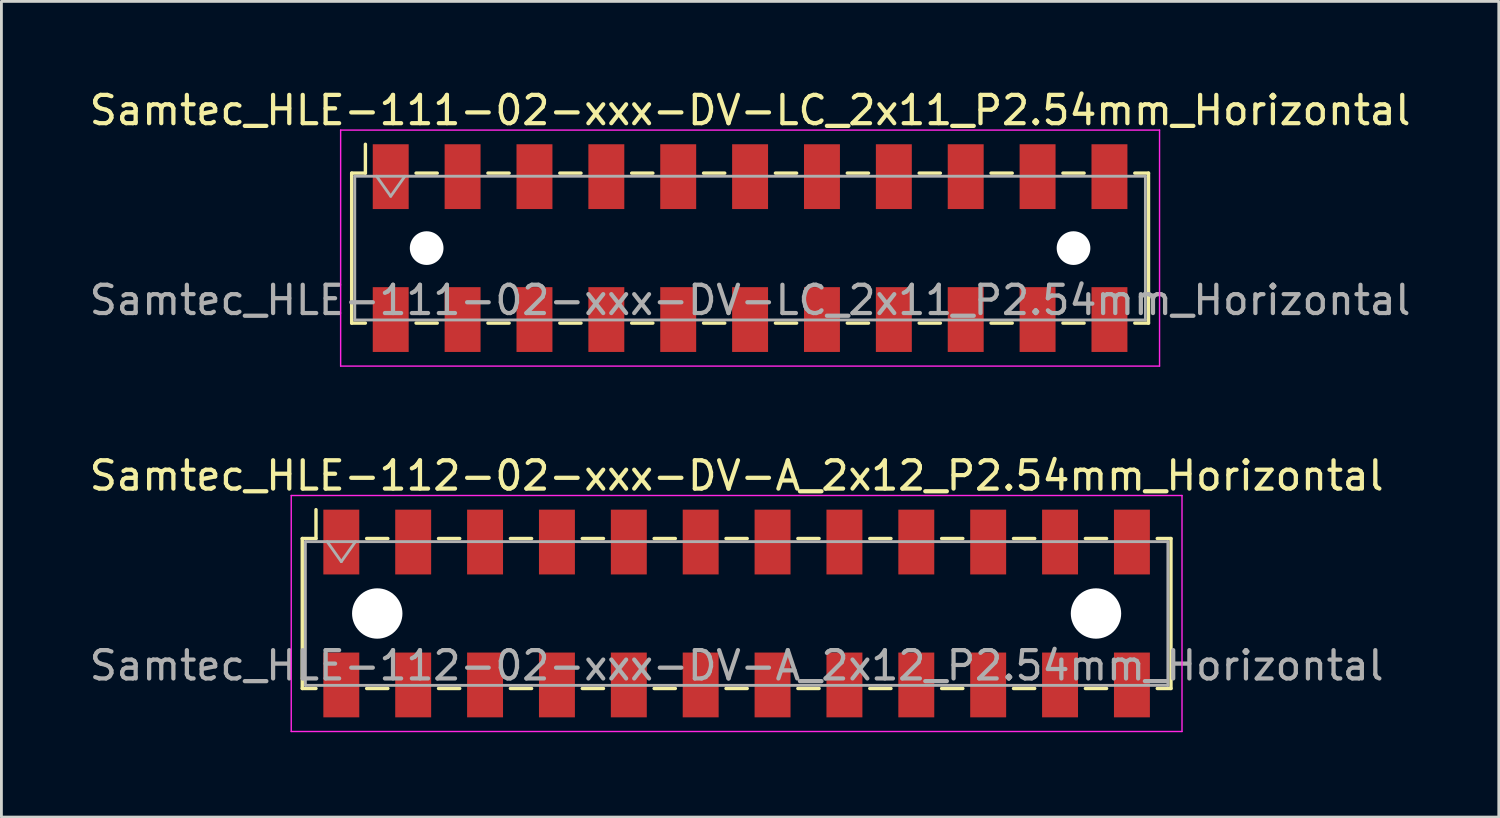
<source format=kicad_pcb>
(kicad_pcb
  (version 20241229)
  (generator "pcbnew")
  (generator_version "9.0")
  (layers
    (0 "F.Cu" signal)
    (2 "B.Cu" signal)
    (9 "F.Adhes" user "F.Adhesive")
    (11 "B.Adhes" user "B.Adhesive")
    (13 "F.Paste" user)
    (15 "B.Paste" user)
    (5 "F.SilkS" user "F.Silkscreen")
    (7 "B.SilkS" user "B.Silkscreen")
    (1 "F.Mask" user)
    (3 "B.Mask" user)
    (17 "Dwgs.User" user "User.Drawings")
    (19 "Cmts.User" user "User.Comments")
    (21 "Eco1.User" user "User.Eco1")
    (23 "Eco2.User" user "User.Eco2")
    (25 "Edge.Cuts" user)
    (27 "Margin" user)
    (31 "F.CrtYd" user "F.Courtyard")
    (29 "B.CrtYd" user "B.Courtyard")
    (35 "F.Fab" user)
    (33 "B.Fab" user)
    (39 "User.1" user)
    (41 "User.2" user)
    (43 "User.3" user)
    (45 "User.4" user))
  (footprint "Samtec_HLE-112-02-xxx-DV-A_2x12_P2.54mm_Horizontal"
    (layer "F.Cu")
    (at 22.982 18.631)
    (property "Reference" "Samtec_HLE-112-02-xxx-DV-A_2x12_P2.54mm_Horizontal" (at 0 -4.87 0) (layer "F.SilkS") (effects (font (size 1 1) (thickness 0.15))))
    (attr smd)
    (fp_line (start -15.35 -2.65) (end -15.35 2.65) (stroke (width 0.12) (type solid)) (layer "F.SilkS"))
    (fp_line (start -15.35 2.65) (end -14.865 2.65) (stroke (width 0.12) (type solid)) (layer "F.SilkS"))
    (fp_line (start -14.865 -3.67) (end -14.865 -2.65) (stroke (width 0.12) (type solid)) (layer "F.SilkS"))
    (fp_line (start -14.865 -2.65) (end -15.35 -2.65) (stroke (width 0.12) (type solid)) (layer "F.SilkS"))
    (fp_line (start -13.075 -2.65) (end -12.325 -2.65) (stroke (width 0.12) (type solid)) (layer "F.SilkS"))
    (fp_line (start -13.075 2.65) (end -12.325 2.65) (stroke (width 0.12) (type solid)) (layer "F.SilkS"))
    (fp_line (start -10.535 -2.65) (end -9.785 -2.65) (stroke (width 0.12) (type solid)) (layer "F.SilkS"))
    (fp_line (start -10.535 2.65) (end -9.785 2.65) (stroke (width 0.12) (type solid)) (layer "F.SilkS"))
    (fp_line (start -7.995 -2.65) (end -7.245 -2.65) (stroke (width 0.12) (type solid)) (layer "F.SilkS"))
    (fp_line (start -7.995 2.65) (end -7.245 2.65) (stroke (width 0.12) (type solid)) (layer "F.SilkS"))
    (fp_line (start -5.455 -2.65) (end -4.705 -2.65) (stroke (width 0.12) (type solid)) (layer "F.SilkS"))
    (fp_line (start -5.455 2.65) (end -4.705 2.65) (stroke (width 0.12) (type solid)) (layer "F.SilkS"))
    (fp_line (start -2.915 -2.65) (end -2.165 -2.65) (stroke (width 0.12) (type solid)) (layer "F.SilkS"))
    (fp_line (start -2.915 2.65) (end -2.165 2.65) (stroke (width 0.12) (type solid)) (layer "F.SilkS"))
    (fp_line (start -0.375 -2.65) (end 0.375 -2.65) (stroke (width 0.12) (type solid)) (layer "F.SilkS"))
    (fp_line (start -0.375 2.65) (end 0.375 2.65) (stroke (width 0.12) (type solid)) (layer "F.SilkS"))
    (fp_line (start 2.165 -2.65) (end 2.915 -2.65) (stroke (width 0.12) (type solid)) (layer "F.SilkS"))
    (fp_line (start 2.165 2.65) (end 2.915 2.65) (stroke (width 0.12) (type solid)) (layer "F.SilkS"))
    (fp_line (start 4.705 -2.65) (end 5.455 -2.65) (stroke (width 0.12) (type solid)) (layer "F.SilkS"))
    (fp_line (start 4.705 2.65) (end 5.455 2.65) (stroke (width 0.12) (type solid)) (layer "F.SilkS"))
    (fp_line (start 7.245 -2.65) (end 7.995 -2.65) (stroke (width 0.12) (type solid)) (layer "F.SilkS"))
    (fp_line (start 7.245 2.65) (end 7.995 2.65) (stroke (width 0.12) (type solid)) (layer "F.SilkS"))
    (fp_line (start 9.785 -2.65) (end 10.535 -2.65) (stroke (width 0.12) (type solid)) (layer "F.SilkS"))
    (fp_line (start 9.785 2.65) (end 10.535 2.65) (stroke (width 0.12) (type solid)) (layer "F.SilkS"))
    (fp_line (start 12.325 -2.65) (end 13.075 -2.65) (stroke (width 0.12) (type solid)) (layer "F.SilkS"))
    (fp_line (start 12.325 2.65) (end 13.075 2.65) (stroke (width 0.12) (type solid)) (layer "F.SilkS"))
    (fp_line (start 14.865 -2.65) (end 15.35 -2.65) (stroke (width 0.12) (type solid)) (layer "F.SilkS"))
    (fp_line (start 15.35 -2.65) (end 15.35 2.65) (stroke (width 0.12) (type solid)) (layer "F.SilkS"))
    (fp_line (start 15.35 2.65) (end 14.865 2.65) (stroke (width 0.12) (type solid)) (layer "F.SilkS"))
    (fp_line (start -15.74 -4.17) (end 15.74 -4.17) (stroke (width 0.05) (type solid)) (layer "F.CrtYd"))
    (fp_line (start -15.74 4.17) (end -15.74 -4.17) (stroke (width 0.05) (type solid)) (layer "F.CrtYd"))
    (fp_line (start 15.74 -4.17) (end 15.74 4.17) (stroke (width 0.05) (type solid)) (layer "F.CrtYd"))
    (fp_line (start 15.74 4.17) (end -15.74 4.17) (stroke (width 0.05) (type solid)) (layer "F.CrtYd"))
    (fp_line (start -15.24 -2.54) (end 15.24 -2.54) (stroke (width 0.1) (type solid)) (layer "F.Fab"))
    (fp_line (start -15.24 2.54) (end -15.24 -2.54) (stroke (width 0.1) (type solid)) (layer "F.Fab"))
    (fp_line (start -14.47 -2.54) (end -13.97 -1.833) (stroke (width 0.1) (type solid)) (layer "F.Fab"))
    (fp_line (start -13.97 -1.833) (end -13.47 -2.54) (stroke (width 0.1) (type solid)) (layer "F.Fab"))
    (fp_line (start 15.24 -2.54) (end 15.24 2.54) (stroke (width 0.1) (type solid)) (layer "F.Fab"))
    (fp_line (start 15.24 2.54) (end -15.24 2.54) (stroke (width 0.1) (type solid)) (layer "F.Fab"))
    (fp_text user "${REFERENCE}" (at 0 1.84 0) (layer "F.Fab") (effects (font (size 1 1) (thickness 0.15))))
    (pad "" np_thru_hole circle (at -12.7 0) (size 1.78 1.78) (drill 1.78) (layers "*.Cu" "*.Mask"))
    (pad "" np_thru_hole circle (at 12.7 0) (size 1.78 1.78) (drill 1.78) (layers "*.Cu" "*.Mask"))
    (pad "1" smd rect (at -13.97 -2.525) (size 1.27 2.29) (layers "F.Cu" "F.Mask" "F.Paste"))
    (pad "2" smd rect (at -13.97 2.525) (size 1.27 2.29) (layers "F.Cu" "F.Mask" "F.Paste"))
    (pad "3" smd rect (at -11.43 -2.525) (size 1.27 2.29) (layers "F.Cu" "F.Mask" "F.Paste"))
    (pad "4" smd rect (at -11.43 2.525) (size 1.27 2.29) (layers "F.Cu" "F.Mask" "F.Paste"))
    (pad "5" smd rect (at -8.89 -2.525) (size 1.27 2.29) (layers "F.Cu" "F.Mask" "F.Paste"))
    (pad "6" smd rect (at -8.89 2.525) (size 1.27 2.29) (layers "F.Cu" "F.Mask" "F.Paste"))
    (pad "7" smd rect (at -6.35 -2.525) (size 1.27 2.29) (layers "F.Cu" "F.Mask" "F.Paste"))
    (pad "8" smd rect (at -6.35 2.525) (size 1.27 2.29) (layers "F.Cu" "F.Mask" "F.Paste"))
    (pad "9" smd rect (at -3.81 -2.525) (size 1.27 2.29) (layers "F.Cu" "F.Mask" "F.Paste"))
    (pad "10" smd rect (at -3.81 2.525) (size 1.27 2.29) (layers "F.Cu" "F.Mask" "F.Paste"))
    (pad "11" smd rect (at -1.27 -2.525) (size 1.27 2.29) (layers "F.Cu" "F.Mask" "F.Paste"))
    (pad "12" smd rect (at -1.27 2.525) (size 1.27 2.29) (layers "F.Cu" "F.Mask" "F.Paste"))
    (pad "13" smd rect (at 1.27 -2.525) (size 1.27 2.29) (layers "F.Cu" "F.Mask" "F.Paste"))
    (pad "14" smd rect (at 1.27 2.525) (size 1.27 2.29) (layers "F.Cu" "F.Mask" "F.Paste"))
    (pad "15" smd rect (at 3.81 -2.525) (size 1.27 2.29) (layers "F.Cu" "F.Mask" "F.Paste"))
    (pad "16" smd rect (at 3.81 2.525) (size 1.27 2.29) (layers "F.Cu" "F.Mask" "F.Paste"))
    (pad "17" smd rect (at 6.35 -2.525) (size 1.27 2.29) (layers "F.Cu" "F.Mask" "F.Paste"))
    (pad "18" smd rect (at 6.35 2.525) (size 1.27 2.29) (layers "F.Cu" "F.Mask" "F.Paste"))
    (pad "19" smd rect (at 8.89 -2.525) (size 1.27 2.29) (layers "F.Cu" "F.Mask" "F.Paste"))
    (pad "20" smd rect (at 8.89 2.525) (size 1.27 2.29) (layers "F.Cu" "F.Mask" "F.Paste"))
    (pad "21" smd rect (at 11.43 -2.525) (size 1.27 2.29) (layers "F.Cu" "F.Mask" "F.Paste"))
    (pad "22" smd rect (at 11.43 2.525) (size 1.27 2.29) (layers "F.Cu" "F.Mask" "F.Paste"))
    (pad "23" smd rect (at 13.97 -2.525) (size 1.27 2.29) (layers "F.Cu" "F.Mask" "F.Paste"))
    (pad "24" smd rect (at 13.97 2.525) (size 1.27 2.29) (layers "F.Cu" "F.Mask" "F.Paste")))
  (footprint "Samtec_HLE-111-02-xxx-DV-LC_2x11_P2.54mm_Horizontal"
    (layer "F.Cu")
    (at 23.458 5.718)
    (property "Reference" "Samtec_HLE-111-02-xxx-DV-LC_2x11_P2.54mm_Horizontal" (at 0 -4.87 0) (layer "F.SilkS") (effects (font (size 1 1) (thickness 0.15))))
    (attr smd)
    (fp_line (start -14.08 -2.65) (end -14.08 2.65) (stroke (width 0.12) (type solid)) (layer "F.SilkS"))
    (fp_line (start -14.08 2.65) (end -13.595 2.65) (stroke (width 0.12) (type solid)) (layer "F.SilkS"))
    (fp_line (start -13.595 -3.67) (end -13.595 -2.65) (stroke (width 0.12) (type solid)) (layer "F.SilkS"))
    (fp_line (start -13.595 -2.65) (end -14.08 -2.65) (stroke (width 0.12) (type solid)) (layer "F.SilkS"))
    (fp_line (start -11.805 -2.65) (end -11.055 -2.65) (stroke (width 0.12) (type solid)) (layer "F.SilkS"))
    (fp_line (start -11.805 2.65) (end -11.055 2.65) (stroke (width 0.12) (type solid)) (layer "F.SilkS"))
    (fp_line (start -9.265 -2.65) (end -8.515 -2.65) (stroke (width 0.12) (type solid)) (layer "F.SilkS"))
    (fp_line (start -9.265 2.65) (end -8.515 2.65) (stroke (width 0.12) (type solid)) (layer "F.SilkS"))
    (fp_line (start -6.725 -2.65) (end -5.975 -2.65) (stroke (width 0.12) (type solid)) (layer "F.SilkS"))
    (fp_line (start -6.725 2.65) (end -5.975 2.65) (stroke (width 0.12) (type solid)) (layer "F.SilkS"))
    (fp_line (start -4.185 -2.65) (end -3.435 -2.65) (stroke (width 0.12) (type solid)) (layer "F.SilkS"))
    (fp_line (start -4.185 2.65) (end -3.435 2.65) (stroke (width 0.12) (type solid)) (layer "F.SilkS"))
    (fp_line (start -1.645 -2.65) (end -0.895 -2.65) (stroke (width 0.12) (type solid)) (layer "F.SilkS"))
    (fp_line (start -1.645 2.65) (end -0.895 2.65) (stroke (width 0.12) (type solid)) (layer "F.SilkS"))
    (fp_line (start 0.895 -2.65) (end 1.645 -2.65) (stroke (width 0.12) (type solid)) (layer "F.SilkS"))
    (fp_line (start 0.895 2.65) (end 1.645 2.65) (stroke (width 0.12) (type solid)) (layer "F.SilkS"))
    (fp_line (start 3.435 -2.65) (end 4.185 -2.65) (stroke (width 0.12) (type solid)) (layer "F.SilkS"))
    (fp_line (start 3.435 2.65) (end 4.185 2.65) (stroke (width 0.12) (type solid)) (layer "F.SilkS"))
    (fp_line (start 5.975 -2.65) (end 6.725 -2.65) (stroke (width 0.12) (type solid)) (layer "F.SilkS"))
    (fp_line (start 5.975 2.65) (end 6.725 2.65) (stroke (width 0.12) (type solid)) (layer "F.SilkS"))
    (fp_line (start 8.515 -2.65) (end 9.265 -2.65) (stroke (width 0.12) (type solid)) (layer "F.SilkS"))
    (fp_line (start 8.515 2.65) (end 9.265 2.65) (stroke (width 0.12) (type solid)) (layer "F.SilkS"))
    (fp_line (start 11.055 -2.65) (end 11.805 -2.65) (stroke (width 0.12) (type solid)) (layer "F.SilkS"))
    (fp_line (start 11.055 2.65) (end 11.805 2.65) (stroke (width 0.12) (type solid)) (layer "F.SilkS"))
    (fp_line (start 13.595 -2.65) (end 14.08 -2.65) (stroke (width 0.12) (type solid)) (layer "F.SilkS"))
    (fp_line (start 14.08 -2.65) (end 14.08 2.65) (stroke (width 0.12) (type solid)) (layer "F.SilkS"))
    (fp_line (start 14.08 2.65) (end 13.595 2.65) (stroke (width 0.12) (type solid)) (layer "F.SilkS"))
    (fp_line (start -14.47 -4.17) (end 14.47 -4.17) (stroke (width 0.05) (type solid)) (layer "F.CrtYd"))
    (fp_line (start -14.47 4.17) (end -14.47 -4.17) (stroke (width 0.05) (type solid)) (layer "F.CrtYd"))
    (fp_line (start 14.47 -4.17) (end 14.47 4.17) (stroke (width 0.05) (type solid)) (layer "F.CrtYd"))
    (fp_line (start 14.47 4.17) (end -14.47 4.17) (stroke (width 0.05) (type solid)) (layer "F.CrtYd"))
    (fp_line (start -13.97 -2.54) (end 13.97 -2.54) (stroke (width 0.1) (type solid)) (layer "F.Fab"))
    (fp_line (start -13.97 2.54) (end -13.97 -2.54) (stroke (width 0.1) (type solid)) (layer "F.Fab"))
    (fp_line (start -13.2 -2.54) (end -12.7 -1.833) (stroke (width 0.1) (type solid)) (layer "F.Fab"))
    (fp_line (start -12.7 -1.833) (end -12.2 -2.54) (stroke (width 0.1) (type solid)) (layer "F.Fab"))
    (fp_line (start 13.97 -2.54) (end 13.97 2.54) (stroke (width 0.1) (type solid)) (layer "F.Fab"))
    (fp_line (start 13.97 2.54) (end -13.97 2.54) (stroke (width 0.1) (type solid)) (layer "F.Fab"))
    (fp_text user "${REFERENCE}" (at 0 1.84 0) (layer "F.Fab") (effects (font (size 1 1) (thickness 0.15))))
    (pad "" np_thru_hole circle (at -11.43 0) (size 1.19 1.19) (drill 1.19) (layers "*.Cu" "*.Mask"))
    (pad "" np_thru_hole circle (at 11.43 0) (size 1.19 1.19) (drill 1.19) (layers "*.Cu" "*.Mask"))
    (pad "1" smd rect (at -12.7 -2.525) (size 1.27 2.29) (layers "F.Cu" "F.Mask" "F.Paste"))
    (pad "2" smd rect (at -12.7 2.525) (size 1.27 2.29) (layers "F.Cu" "F.Mask" "F.Paste"))
    (pad "3" smd rect (at -10.16 -2.525) (size 1.27 2.29) (layers "F.Cu" "F.Mask" "F.Paste"))
    (pad "4" smd rect (at -10.16 2.525) (size 1.27 2.29) (layers "F.Cu" "F.Mask" "F.Paste"))
    (pad "5" smd rect (at -7.62 -2.525) (size 1.27 2.29) (layers "F.Cu" "F.Mask" "F.Paste"))
    (pad "6" smd rect (at -7.62 2.525) (size 1.27 2.29) (layers "F.Cu" "F.Mask" "F.Paste"))
    (pad "7" smd rect (at -5.08 -2.525) (size 1.27 2.29) (layers "F.Cu" "F.Mask" "F.Paste"))
    (pad "8" smd rect (at -5.08 2.525) (size 1.27 2.29) (layers "F.Cu" "F.Mask" "F.Paste"))
    (pad "9" smd rect (at -2.54 -2.525) (size 1.27 2.29) (layers "F.Cu" "F.Mask" "F.Paste"))
    (pad "10" smd rect (at -2.54 2.525) (size 1.27 2.29) (layers "F.Cu" "F.Mask" "F.Paste"))
    (pad "11" smd rect (at 0 -2.525) (size 1.27 2.29) (layers "F.Cu" "F.Mask" "F.Paste"))
    (pad "12" smd rect (at 0 2.525) (size 1.27 2.29) (layers "F.Cu" "F.Mask" "F.Paste"))
    (pad "13" smd rect (at 2.54 -2.525) (size 1.27 2.29) (layers "F.Cu" "F.Mask" "F.Paste"))
    (pad "14" smd rect (at 2.54 2.525) (size 1.27 2.29) (layers "F.Cu" "F.Mask" "F.Paste"))
    (pad "15" smd rect (at 5.08 -2.525) (size 1.27 2.29) (layers "F.Cu" "F.Mask" "F.Paste"))
    (pad "16" smd rect (at 5.08 2.525) (size 1.27 2.29) (layers "F.Cu" "F.Mask" "F.Paste"))
    (pad "17" smd rect (at 7.62 -2.525) (size 1.27 2.29) (layers "F.Cu" "F.Mask" "F.Paste"))
    (pad "18" smd rect (at 7.62 2.525) (size 1.27 2.29) (layers "F.Cu" "F.Mask" "F.Paste"))
    (pad "19" smd rect (at 10.16 -2.525) (size 1.27 2.29) (layers "F.Cu" "F.Mask" "F.Paste"))
    (pad "20" smd rect (at 10.16 2.525) (size 1.27 2.29) (layers "F.Cu" "F.Mask" "F.Paste"))
    (pad "21" smd rect (at 12.7 -2.525) (size 1.27 2.29) (layers "F.Cu" "F.Mask" "F.Paste"))
    (pad "22" smd rect (at 12.7 2.525) (size 1.27 2.29) (layers "F.Cu" "F.Mask" "F.Paste")))
  (gr_rect
    (start -3 -3)
    (end 49.917 25.826)
    (stroke (width 0.1) (type default))
    (fill no)
    (layer "Edge.Cuts")))
</source>
